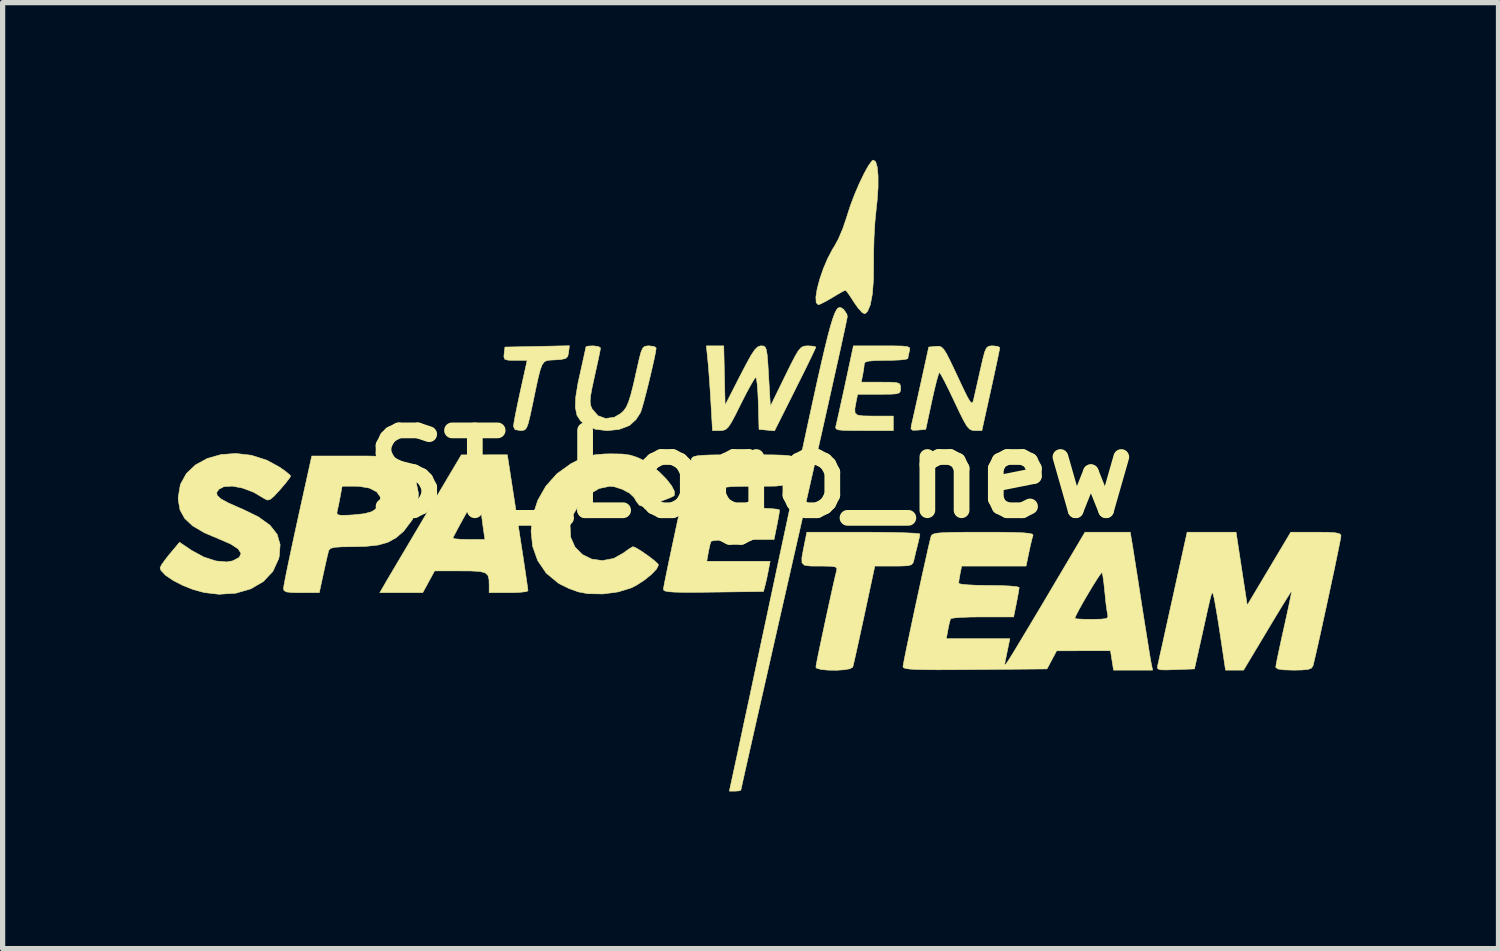
<source format=kicad_pcb>
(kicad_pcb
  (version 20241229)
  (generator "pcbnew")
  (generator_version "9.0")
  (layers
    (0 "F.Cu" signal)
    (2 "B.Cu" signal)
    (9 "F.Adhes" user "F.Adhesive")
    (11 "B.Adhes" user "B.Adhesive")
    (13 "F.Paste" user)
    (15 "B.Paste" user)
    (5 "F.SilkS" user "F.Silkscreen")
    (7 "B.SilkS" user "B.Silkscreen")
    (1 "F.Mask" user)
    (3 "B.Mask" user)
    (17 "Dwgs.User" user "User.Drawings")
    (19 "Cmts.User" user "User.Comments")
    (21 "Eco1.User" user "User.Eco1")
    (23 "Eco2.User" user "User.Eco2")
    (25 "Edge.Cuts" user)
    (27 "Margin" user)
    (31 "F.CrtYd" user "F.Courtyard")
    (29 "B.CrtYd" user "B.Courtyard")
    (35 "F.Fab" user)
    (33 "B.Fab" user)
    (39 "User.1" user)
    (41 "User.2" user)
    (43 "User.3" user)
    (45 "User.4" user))
  (footprint "ST_Logo_new"
    (layer "F.Cu")
    (at 11.273 5.998)
    (property "Reference" "ST_Logo_new" (at 0 0 0) (layer "F.SilkS") (effects (font (size 1.524 1.524) (thickness 0.3))))
    (attr through_hole)
    (fp_poly (pts (xy -3.472 -2.322) (xy -3.488 -2.246) (xy -3.53 -2.206) (xy -3.623 -2.187) (xy -3.728 -2.18) (xy -3.818 -2.176) (xy -3.886 -2.167) (xy -3.937 -2.141) (xy -3.977 -2.087) (xy -4.013 -1.992) (xy -4.051 -1.843) (xy -4.098 -1.629) (xy -4.158 -1.338) (xy -4.16 -1.328) (xy -4.207 -1.111) (xy -4.242 -0.968) (xy -4.273 -0.885) (xy -4.308 -0.845) (xy -4.355 -0.832) (xy -4.395 -0.831) (xy -4.495 -0.85) (xy -4.524 -0.911) (xy -4.524 -0.912) (xy -4.514 -0.986) (xy -4.488 -1.13) (xy -4.448 -1.325) (xy -4.4 -1.55) (xy -4.393 -1.582) (xy -4.263 -2.171) (xy -4.49 -2.171) (xy -4.625 -2.174) (xy -4.689 -2.192) (xy -4.707 -2.238) (xy -4.702 -2.298) (xy -4.687 -2.425) (xy -3.457 -2.45) (xy -3.472 -2.322)) (stroke (width 0.01) (type solid)) (fill yes) (layer "F.SilkS"))
    (fp_poly (pts (xy 2.387 -5.965) (xy 2.418 -5.86) (xy 2.434 -5.69) (xy 2.434 -5.471) (xy 2.416 -5.214) (xy 2.401 -5.08) (xy 2.375 -4.82) (xy 2.357 -4.514) (xy 2.349 -4.209) (xy 2.349 -4.041) (xy 2.346 -3.71) (xy 2.325 -3.437) (xy 2.286 -3.231) (xy 2.231 -3.101) (xy 2.181 -3.059) (xy 2.129 -3.085) (xy 2.051 -3.172) (xy 1.979 -3.275) (xy 1.898 -3.4) (xy 1.837 -3.485) (xy 1.811 -3.51) (xy 1.762 -3.488) (xy 1.661 -3.43) (xy 1.563 -3.371) (xy 1.433 -3.296) (xy 1.332 -3.245) (xy 1.292 -3.233) (xy 1.253 -3.272) (xy 1.247 -3.377) (xy 1.271 -3.532) (xy 1.32 -3.718) (xy 1.389 -3.919) (xy 1.473 -4.117) (xy 1.567 -4.295) (xy 1.6 -4.346) (xy 1.679 -4.492) (xy 1.762 -4.688) (xy 1.832 -4.895) (xy 1.839 -4.918) (xy 1.903 -5.117) (xy 1.984 -5.332) (xy 2.075 -5.544) (xy 2.166 -5.734) (xy 2.249 -5.884) (xy 2.315 -5.975) (xy 2.34 -5.993) (xy 2.387 -5.965)) (stroke (width 0.01) (type solid)) (fill yes) (layer "F.SilkS"))
    (fp_poly (pts (xy -4.443 0.912) (xy -4.392 1.246) (xy -4.345 1.549) (xy -4.306 1.811) (xy -4.275 2.019) (xy -4.255 2.161) (xy -4.247 2.226) (xy -4.247 2.228) (xy -4.29 2.244) (xy -4.404 2.256) (xy -4.566 2.263) (xy -4.618 2.263) (xy -4.988 2.263) (xy -4.988 2.128) (xy -4.991 2.009) (xy -5.013 1.93) (xy -5.067 1.882) (xy -5.17 1.857) (xy -5.337 1.848) (xy -5.536 1.847) (xy -6.029 1.847) (xy -6.142 2.055) (xy -6.256 2.263) (xy -7.075 2.263) (xy -6.975 2.09) (xy -6.926 2.005) (xy -6.836 1.854) (xy -6.714 1.647) (xy -6.565 1.396) (xy -6.463 1.224) (xy -5.68 1.224) (xy -5.638 1.235) (xy -5.528 1.244) (xy -5.374 1.247) (xy -5.068 1.247) (xy -5.095 1.074) (xy -5.114 0.931) (xy -5.138 0.745) (xy -5.153 0.609) (xy -5.185 0.317) (xy -5.433 0.759) (xy -5.533 0.939) (xy -5.613 1.089) (xy -5.666 1.189) (xy -5.68 1.224) (xy -6.463 1.224) (xy -6.398 1.114) (xy -6.22 0.813) (xy -6.197 0.775) (xy -5.519 -0.367) (xy -5.08 -0.368) (xy -4.641 -0.369) (xy -4.443 0.912)) (stroke (width 0.01) (type solid)) (fill yes) (layer "F.SilkS"))
    (fp_poly (pts (xy 2.458 1.11) (xy 2.73 1.114) (xy 2.955 1.12) (xy 3.121 1.128) (xy 3.215 1.137) (xy 3.232 1.143) (xy 3.222 1.207) (xy 3.196 1.32) (xy 3.191 1.339) (xy 3.153 1.49) (xy 3.121 1.627) (xy 3.121 1.628) (xy 3.103 1.692) (xy 3.07 1.729) (xy 3.002 1.748) (xy 2.878 1.754) (xy 2.732 1.755) (xy 2.372 1.755) (xy 2.172 2.69) (xy 2.11 2.974) (xy 2.055 3.229) (xy 2.008 3.441) (xy 1.973 3.594) (xy 1.953 3.676) (xy 1.95 3.683) (xy 1.898 3.714) (xy 1.785 3.734) (xy 1.638 3.743) (xy 1.484 3.741) (xy 1.351 3.729) (xy 1.265 3.705) (xy 1.247 3.684) (xy 1.256 3.625) (xy 1.282 3.493) (xy 1.321 3.305) (xy 1.369 3.078) (xy 1.422 2.829) (xy 1.477 2.575) (xy 1.53 2.333) (xy 1.577 2.12) (xy 1.615 1.954) (xy 1.641 1.85) (xy 1.645 1.836) (xy 1.647 1.795) (xy 1.614 1.77) (xy 1.526 1.758) (xy 1.368 1.755) (xy 1.319 1.755) (xy 1.138 1.754) (xy 1.03 1.739) (xy 0.982 1.692) (xy 0.98 1.594) (xy 1.01 1.429) (xy 1.022 1.37) (xy 1.075 1.108) (xy 2.154 1.108) (xy 2.458 1.11)) (stroke (width 0.01) (type solid)) (fill yes) (layer "F.SilkS"))
    (fp_poly (pts (xy 2.743 -2.447) (xy 2.897 -2.444) (xy 2.988 -2.434) (xy 3.031 -2.416) (xy 3.04 -2.386) (xy 3.031 -2.344) (xy 3.009 -2.248) (xy 3.002 -2.205) (xy 2.959 -2.19) (xy 2.845 -2.178) (xy 2.679 -2.171) (xy 2.586 -2.171) (xy 2.379 -2.167) (xy 2.251 -2.156) (xy 2.186 -2.135) (xy 2.171 -2.107) (xy 2.162 -2.018) (xy 2.142 -1.899) (xy 2.113 -1.755) (xy 2.488 -1.755) (xy 2.673 -1.754) (xy 2.784 -1.746) (xy 2.841 -1.727) (xy 2.861 -1.69) (xy 2.863 -1.639) (xy 2.86 -1.584) (xy 2.838 -1.551) (xy 2.779 -1.532) (xy 2.666 -1.525) (xy 2.48 -1.524) (xy 2.453 -1.524) (xy 2.044 -1.524) (xy 2.015 -1.38) (xy 1.991 -1.249) (xy 1.995 -1.168) (xy 2.042 -1.127) (xy 2.148 -1.111) (xy 2.329 -1.108) (xy 2.355 -1.108) (xy 2.725 -1.108) (xy 2.725 -0.831) (xy 2.165 -0.831) (xy 1.931 -0.832) (xy 1.774 -0.835) (xy 1.68 -0.844) (xy 1.635 -0.862) (xy 1.624 -0.891) (xy 1.633 -0.935) (xy 1.633 -0.935) (xy 1.652 -1.015) (xy 1.686 -1.167) (xy 1.731 -1.373) (xy 1.784 -1.613) (xy 1.812 -1.743) (xy 1.963 -2.447) (xy 2.511 -2.448) (xy 2.743 -2.447)) (stroke (width 0.01) (type solid)) (fill yes) (layer "F.SilkS"))
    (fp_poly (pts (xy 1.726 -3.176) (xy 1.756 -3.158) (xy 1.782 -3.137) (xy 1.839 -3.051) (xy 1.847 -3.005) (xy 1.837 -2.95) (xy 1.808 -2.811) (xy 1.761 -2.594) (xy 1.698 -2.306) (xy 1.619 -1.952) (xy 1.527 -1.54) (xy 1.423 -1.074) (xy 1.308 -0.562) (xy 1.183 -0.01) (xy 1.05 0.577) (xy 0.911 1.192) (xy 0.831 1.543) (xy 0.689 2.169) (xy 0.552 2.77) (xy 0.423 3.339) (xy 0.303 3.87) (xy 0.192 4.357) (xy 0.093 4.794) (xy 0.007 5.175) (xy -0.065 5.494) (xy -0.121 5.744) (xy -0.16 5.92) (xy -0.181 6.015) (xy -0.185 6.031) (xy -0.224 6.045) (xy -0.294 6.05) (xy -0.404 6.05) (xy -0.302 5.576) (xy -0.277 5.461) (xy -0.234 5.263) (xy -0.176 4.989) (xy -0.103 4.646) (xy -0.016 4.243) (xy 0.081 3.787) (xy 0.188 3.284) (xy 0.304 2.742) (xy 0.426 2.169) (xy 0.553 1.572) (xy 0.674 1.008) (xy 0.827 0.289) (xy 0.963 -0.345) (xy 1.082 -0.899) (xy 1.186 -1.378) (xy 1.276 -1.787) (xy 1.354 -2.132) (xy 1.421 -2.417) (xy 1.478 -2.648) (xy 1.527 -2.83) (xy 1.57 -2.968) (xy 1.606 -3.067) (xy 1.639 -3.132) (xy 1.669 -3.168) (xy 1.698 -3.181) (xy 1.726 -3.176)) (stroke (width 0.01) (type solid)) (fill yes) (layer "F.SilkS"))
    (fp_poly (pts (xy -2.905 -2.436) (xy -2.863 -2.408) (xy -2.863 -2.407) (xy -2.873 -2.348) (xy -2.899 -2.22) (xy -2.938 -2.041) (xy -2.976 -1.869) (xy -3.025 -1.644) (xy -3.053 -1.49) (xy -3.061 -1.385) (xy -3.051 -1.31) (xy -3.024 -1.245) (xy -2.912 -1.115) (xy -2.764 -1.061) (xy -2.598 -1.086) (xy -2.48 -1.155) (xy -2.421 -1.209) (xy -2.372 -1.277) (xy -2.329 -1.375) (xy -2.284 -1.516) (xy -2.233 -1.718) (xy -2.171 -1.995) (xy -2.17 -1.997) (xy -2.124 -2.202) (xy -2.089 -2.333) (xy -2.056 -2.406) (xy -2.017 -2.439) (xy -1.963 -2.447) (xy -1.936 -2.448) (xy -1.84 -2.436) (xy -1.801 -2.408) (xy -1.812 -2.328) (xy -1.842 -2.182) (xy -1.885 -1.992) (xy -1.935 -1.78) (xy -1.988 -1.568) (xy -2.037 -1.38) (xy -2.078 -1.237) (xy -2.101 -1.172) (xy -2.185 -1.042) (xy -2.306 -0.932) (xy -2.318 -0.925) (xy -2.508 -0.853) (xy -2.735 -0.83) (xy -2.959 -0.856) (xy -3.126 -0.922) (xy -3.24 -1.011) (xy -3.312 -1.122) (xy -3.343 -1.271) (xy -3.336 -1.47) (xy -3.293 -1.734) (xy -3.259 -1.888) (xy -3.213 -2.096) (xy -3.175 -2.268) (xy -3.149 -2.386) (xy -3.14 -2.431) (xy -3.1 -2.443) (xy -3.003 -2.448) (xy -3.002 -2.448) (xy -2.905 -2.436)) (stroke (width 0.01) (type solid)) (fill yes) (layer "F.SilkS"))
    (fp_poly (pts (xy 4.718 -2.438) (xy 4.757 -2.414) (xy 4.747 -2.359) (xy 4.721 -2.231) (xy 4.681 -2.042) (xy 4.631 -1.81) (xy 4.586 -1.605) (xy 4.415 -0.831) (xy 4.283 -0.831) (xy 4.226 -0.837) (xy 4.178 -0.861) (xy 4.128 -0.918) (xy 4.067 -1.022) (xy 3.986 -1.184) (xy 3.891 -1.385) (xy 3.793 -1.59) (xy 3.708 -1.761) (xy 3.644 -1.882) (xy 3.608 -1.938) (xy 3.604 -1.94) (xy 3.585 -1.897) (xy 3.551 -1.782) (xy 3.509 -1.611) (xy 3.462 -1.402) (xy 3.461 -1.397) (xy 3.344 -0.854) (xy 3.195 -0.84) (xy 3.094 -0.837) (xy 3.061 -0.867) (xy 3.07 -0.932) (xy 3.089 -1.014) (xy 3.123 -1.166) (xy 3.169 -1.372) (xy 3.222 -1.612) (xy 3.249 -1.732) (xy 3.401 -2.425) (xy 3.539 -2.438) (xy 3.595 -2.441) (xy 3.642 -2.426) (xy 3.687 -2.382) (xy 3.742 -2.296) (xy 3.813 -2.155) (xy 3.912 -1.947) (xy 3.95 -1.866) (xy 4.058 -1.636) (xy 4.134 -1.481) (xy 4.186 -1.392) (xy 4.219 -1.357) (xy 4.24 -1.369) (xy 4.255 -1.413) (xy 4.278 -1.516) (xy 4.316 -1.682) (xy 4.361 -1.882) (xy 4.387 -1.997) (xy 4.434 -2.202) (xy 4.469 -2.333) (xy 4.502 -2.406) (xy 4.541 -2.439) (xy 4.595 -2.447) (xy 4.622 -2.448) (xy 4.718 -2.438)) (stroke (width 0.01) (type solid)) (fill yes) (layer "F.SilkS"))
    (fp_poly (pts (xy -0.498 -1.882) (xy -0.485 -1.316) (xy -0.196 -1.882) (xy -0.076 -2.112) (xy 0.013 -2.272) (xy 0.08 -2.372) (xy 0.134 -2.426) (xy 0.184 -2.446) (xy 0.203 -2.448) (xy 0.248 -2.444) (xy 0.28 -2.424) (xy 0.302 -2.372) (xy 0.318 -2.274) (xy 0.331 -2.113) (xy 0.345 -1.875) (xy 0.345 -1.872) (xy 0.379 -1.297) (xy 0.66 -1.872) (xy 0.773 -2.101) (xy 0.855 -2.259) (xy 0.916 -2.36) (xy 0.967 -2.416) (xy 1.016 -2.441) (xy 1.073 -2.447) (xy 1.094 -2.448) (xy 1.198 -2.441) (xy 1.246 -2.426) (xy 1.247 -2.424) (xy 1.227 -2.377) (xy 1.172 -2.261) (xy 1.089 -2.089) (xy 0.983 -1.874) (xy 0.86 -1.628) (xy 0.853 -1.613) (xy 0.458 -0.826) (xy 0.162 -0.854) (xy 0.149 -1.351) (xy 0.14 -1.552) (xy 0.128 -1.715) (xy 0.113 -1.819) (xy 0.101 -1.847) (xy 0.068 -1.808) (xy 0.005 -1.702) (xy -0.081 -1.544) (xy -0.179 -1.351) (xy -0.185 -1.339) (xy -0.291 -1.126) (xy -0.368 -0.983) (xy -0.426 -0.896) (xy -0.477 -0.85) (xy -0.53 -0.834) (xy -0.581 -0.831) (xy -0.726 -0.831) (xy -0.757 -1.374) (xy -0.772 -1.62) (xy -0.789 -1.863) (xy -0.805 -2.069) (xy -0.816 -2.182) (xy -0.843 -2.448) (xy -0.677 -2.448) (xy -0.511 -2.448) (xy -0.498 -1.882)) (stroke (width 0.01) (type solid)) (fill yes) (layer "F.SilkS"))
    (fp_poly (pts (xy -7.332 -0.346) (xy -7.124 -0.342) (xy -6.975 -0.334) (xy -6.87 -0.319) (xy -6.791 -0.295) (xy -6.723 -0.262) (xy -6.688 -0.241) (xy -6.502 -0.075) (xy -6.384 0.136) (xy -6.336 0.375) (xy -6.359 0.625) (xy -6.453 0.869) (xy -6.62 1.09) (xy -6.621 1.091) (xy -6.765 1.215) (xy -6.919 1.3) (xy -7.105 1.353) (xy -7.344 1.379) (xy -7.605 1.385) (xy -7.809 1.388) (xy -7.938 1.397) (xy -8.011 1.416) (xy -8.045 1.448) (xy -8.052 1.466) (xy -8.073 1.549) (xy -8.106 1.693) (xy -8.145 1.87) (xy -8.153 1.905) (xy -8.23 2.263) (xy -8.571 2.263) (xy -8.749 2.26) (xy -8.852 2.249) (xy -8.901 2.224) (xy -8.913 2.183) (xy -8.913 2.182) (xy -8.903 2.117) (xy -8.876 1.974) (xy -8.834 1.767) (xy -8.779 1.507) (xy -8.715 1.207) (xy -8.644 0.881) (xy -8.643 0.877) (xy -8.614 0.743) (xy -7.894 0.743) (xy -7.877 0.775) (xy -7.815 0.786) (xy -7.69 0.784) (xy -7.584 0.778) (xy -7.372 0.756) (xy -7.232 0.718) (xy -7.162 0.673) (xy -7.071 0.551) (xy -7.065 0.436) (xy -7.135 0.338) (xy -7.272 0.267) (xy -7.469 0.233) (xy -7.533 0.231) (xy -7.794 0.231) (xy -7.826 0.404) (xy -7.854 0.551) (xy -7.881 0.678) (xy -7.884 0.687) (xy -7.894 0.743) (xy -8.614 0.743) (xy -8.373 -0.346) (xy -7.616 -0.346) (xy -7.332 -0.346)) (stroke (width 0.01) (type solid)) (fill yes) (layer "F.SilkS"))
    (fp_poly (pts (xy -9.527 -0.36) (xy -9.232 -0.266) (xy -8.991 -0.135) (xy -8.873 -0.052) (xy -8.795 0.013) (xy -8.776 0.039) (xy -8.806 0.086) (xy -8.881 0.182) (xy -8.982 0.3) (xy -9.095 0.423) (xy -9.169 0.484) (xy -9.223 0.495) (xy -9.269 0.472) (xy -9.477 0.349) (xy -9.691 0.267) (xy -9.889 0.229) (xy -10.051 0.239) (xy -10.147 0.29) (xy -10.188 0.351) (xy -10.178 0.409) (xy -10.108 0.472) (xy -9.97 0.548) (xy -9.754 0.644) (xy -9.7 0.666) (xy -9.392 0.816) (xy -9.171 0.975) (xy -9.034 1.149) (xy -8.977 1.345) (xy -8.994 1.569) (xy -9.005 1.615) (xy -9.115 1.855) (xy -9.295 2.048) (xy -9.535 2.189) (xy -9.822 2.272) (xy -10.144 2.293) (xy -10.425 2.26) (xy -10.63 2.205) (xy -10.835 2.124) (xy -11.019 2.029) (xy -11.165 1.93) (xy -11.252 1.837) (xy -11.268 1.788) (xy -11.241 1.732) (xy -11.169 1.631) (xy -11.083 1.523) (xy -10.897 1.301) (xy -10.668 1.455) (xy -10.437 1.581) (xy -10.204 1.657) (xy -9.994 1.676) (xy -9.881 1.655) (xy -9.757 1.589) (xy -9.723 1.513) (xy -9.778 1.427) (xy -9.921 1.334) (xy -10.114 1.25) (xy -10.421 1.12) (xy -10.646 0.988) (xy -10.798 0.846) (xy -10.887 0.685) (xy -10.921 0.494) (xy -10.922 0.444) (xy -10.881 0.198) (xy -10.767 -0.01) (xy -10.591 -0.177) (xy -10.367 -0.299) (xy -10.106 -0.373) (xy -9.822 -0.394) (xy -9.527 -0.36)) (stroke (width 0.01) (type solid)) (fill yes) (layer "F.SilkS"))
    (fp_poly (pts (xy -2.446 -0.383) (xy -2.293 -0.362) (xy -2.16 -0.318) (xy -2.055 -0.268) (xy -1.895 -0.167) (xy -1.741 -0.041) (xy -1.606 0.095) (xy -1.505 0.225) (xy -1.45 0.334) (xy -1.455 0.407) (xy -1.459 0.412) (xy -1.522 0.445) (xy -1.646 0.494) (xy -1.798 0.548) (xy -1.96 0.599) (xy -2.059 0.616) (xy -2.123 0.592) (xy -2.178 0.522) (xy -2.222 0.446) (xy -2.307 0.364) (xy -2.446 0.29) (xy -2.599 0.241) (xy -2.686 0.231) (xy -2.889 0.274) (xy -3.085 0.39) (xy -3.256 0.56) (xy -3.382 0.767) (xy -3.444 0.982) (xy -3.433 1.204) (xy -3.35 1.391) (xy -3.211 1.533) (xy -3.031 1.622) (xy -2.827 1.65) (xy -2.614 1.61) (xy -2.428 1.507) (xy -2.325 1.432) (xy -2.255 1.39) (xy -2.242 1.385) (xy -2.18 1.411) (xy -2.077 1.474) (xy -1.957 1.557) (xy -1.847 1.641) (xy -1.773 1.708) (xy -1.756 1.734) (xy -1.792 1.809) (xy -1.887 1.91) (xy -2.021 2.019) (xy -2.171 2.117) (xy -2.273 2.17) (xy -2.527 2.248) (xy -2.816 2.287) (xy -3.101 2.282) (xy -3.281 2.249) (xy -3.457 2.186) (xy -3.63 2.102) (xy -3.667 2.081) (xy -3.899 1.889) (xy -4.062 1.65) (xy -4.158 1.379) (xy -4.188 1.089) (xy -4.155 0.792) (xy -4.061 0.502) (xy -3.907 0.231) (xy -3.696 -0.006) (xy -3.429 -0.198) (xy -3.316 -0.255) (xy -3.135 -0.328) (xy -2.971 -0.369) (xy -2.781 -0.385) (xy -2.655 -0.387) (xy -2.446 -0.383)) (stroke (width 0.01) (type solid)) (fill yes) (layer "F.SilkS"))
    (fp_poly (pts (xy 9.372 1.805) (xy 9.479 2.501) (xy 9.894 1.805) (xy 10.31 1.108) (xy 10.789 1.108) (xy 11.009 1.11) (xy 11.151 1.118) (xy 11.232 1.134) (xy 11.265 1.16) (xy 11.268 1.178) (xy 11.259 1.238) (xy 11.232 1.373) (xy 11.192 1.569) (xy 11.142 1.812) (xy 11.083 2.085) (xy 11.021 2.376) (xy 10.957 2.669) (xy 10.896 2.95) (xy 10.84 3.204) (xy 10.792 3.416) (xy 10.755 3.572) (xy 10.734 3.657) (xy 10.733 3.66) (xy 10.705 3.702) (xy 10.641 3.727) (xy 10.521 3.738) (xy 10.365 3.741) (xy 10.172 3.735) (xy 10.061 3.718) (xy 10.023 3.686) (xy 10.023 3.683) (xy 10.033 3.62) (xy 10.06 3.484) (xy 10.101 3.292) (xy 10.151 3.061) (xy 10.18 2.933) (xy 10.233 2.693) (xy 10.277 2.489) (xy 10.309 2.334) (xy 10.326 2.245) (xy 10.327 2.23) (xy 10.302 2.265) (xy 10.237 2.367) (xy 10.139 2.525) (xy 10.017 2.726) (xy 9.877 2.959) (xy 9.864 2.981) (xy 9.409 3.741) (xy 9.065 3.741) (xy 8.963 3.06) (xy 8.925 2.815) (xy 8.889 2.599) (xy 8.86 2.431) (xy 8.839 2.329) (xy 8.833 2.309) (xy 8.823 2.28) (xy 8.814 2.264) (xy 8.804 2.272) (xy 8.789 2.316) (xy 8.766 2.405) (xy 8.732 2.551) (xy 8.684 2.766) (xy 8.622 3.048) (xy 8.472 3.718) (xy 8.11 3.731) (xy 7.929 3.737) (xy 7.823 3.734) (xy 7.774 3.717) (xy 7.764 3.682) (xy 7.773 3.639) (xy 7.789 3.567) (xy 7.822 3.417) (xy 7.87 3.204) (xy 7.928 2.939) (xy 7.995 2.636) (xy 8.065 2.321) (xy 8.332 1.108) (xy 9.266 1.108) (xy 9.372 1.805)) (stroke (width 0.01) (type solid)) (fill yes) (layer "F.SilkS"))
    (fp_poly (pts (xy 0.191 -0.369) (xy 0.432 -0.367) (xy 0.604 -0.362) (xy 0.717 -0.354) (xy 0.783 -0.342) (xy 0.812 -0.324) (xy 0.816 -0.299) (xy 0.813 -0.289) (xy 0.786 -0.184) (xy 0.76 -0.069) (xy 0.735 0.051) (xy 0.71 0.134) (xy 0.67 0.186) (xy 0.598 0.216) (xy 0.479 0.229) (xy 0.298 0.231) (xy 0.066 0.231) (xy -0.193 0.233) (xy -0.372 0.239) (xy -0.483 0.251) (xy -0.54 0.27) (xy -0.554 0.294) (xy -0.563 0.383) (xy -0.583 0.502) (xy -0.612 0.647) (xy -0.029 0.647) (xy 0.191 0.649) (xy 0.373 0.657) (xy 0.5 0.669) (xy 0.553 0.683) (xy 0.554 0.685) (xy 0.546 0.748) (xy 0.524 0.872) (xy 0.502 0.985) (xy 0.449 1.247) (xy -0.142 1.247) (xy -0.366 1.249) (xy -0.554 1.256) (xy -0.688 1.267) (xy -0.751 1.28) (xy -0.753 1.282) (xy -0.774 1.346) (xy -0.799 1.462) (xy -0.804 1.489) (xy -0.835 1.663) (xy 0.374 1.663) (xy 0.341 1.836) (xy 0.311 1.985) (xy 0.28 2.116) (xy 0.278 2.124) (xy 0.247 2.24) (xy -0.708 2.252) (xy -1.033 2.256) (xy -1.276 2.256) (xy -1.45 2.252) (xy -1.564 2.244) (xy -1.63 2.231) (xy -1.659 2.212) (xy -1.663 2.197) (xy -1.653 2.138) (xy -1.627 2.003) (xy -1.587 1.807) (xy -1.536 1.565) (xy -1.478 1.292) (xy -1.416 1.001) (xy -1.352 0.707) (xy -1.291 0.426) (xy -1.234 0.172) (xy -1.187 -0.041) (xy -1.15 -0.198) (xy -1.128 -0.285) (xy -1.127 -0.289) (xy -1.112 -0.316) (xy -1.077 -0.336) (xy -1.011 -0.35) (xy -0.902 -0.36) (xy -0.738 -0.366) (xy -0.508 -0.369) (xy -0.199 -0.369) (xy -0.132 -0.369) (xy 0.191 -0.369)) (stroke (width 0.01) (type solid)) (fill yes) (layer "F.SilkS"))
    (fp_poly (pts (xy 7.272 1.258) (xy 7.287 1.347) (xy 7.313 1.511) (xy 7.348 1.736) (xy 7.391 2.006) (xy 7.437 2.306) (xy 7.459 2.448) (xy 7.507 2.754) (xy 7.552 3.036) (xy 7.591 3.279) (xy 7.621 3.467) (xy 7.642 3.586) (xy 7.647 3.614) (xy 7.674 3.741) (xy 6.928 3.741) (xy 6.869 3.371) (xy 6.356 3.371) (xy 5.842 3.372) (xy 5.75 3.545) (xy 5.657 3.718) (xy 4.283 3.73) (xy 3.886 3.733) (xy 3.571 3.734) (xy 3.33 3.732) (xy 3.154 3.728) (xy 3.033 3.72) (xy 2.958 3.709) (xy 2.92 3.694) (xy 2.909 3.675) (xy 2.919 3.616) (xy 2.945 3.481) (xy 2.985 3.285) (xy 3.036 3.043) (xy 3.094 2.769) (xy 3.156 2.478) (xy 3.22 2.185) (xy 3.281 1.904) (xy 3.338 1.65) (xy 3.385 1.437) (xy 3.422 1.279) (xy 3.444 1.193) (xy 3.445 1.189) (xy 3.46 1.162) (xy 3.495 1.142) (xy 3.561 1.127) (xy 3.67 1.118) (xy 3.833 1.112) (xy 4.064 1.109) (xy 4.372 1.108) (xy 4.442 1.108) (xy 4.776 1.109) (xy 5.027 1.113) (xy 5.205 1.12) (xy 5.318 1.131) (xy 5.377 1.145) (xy 5.391 1.165) (xy 5.391 1.167) (xy 5.369 1.243) (xy 5.338 1.375) (xy 5.313 1.491) (xy 5.258 1.755) (xy 4.029 1.755) (xy 4 1.899) (xy 3.98 2.012) (xy 3.972 2.084) (xy 3.972 2.084) (xy 4.015 2.099) (xy 4.133 2.112) (xy 4.309 2.121) (xy 4.524 2.124) (xy 4.549 2.124) (xy 4.768 2.127) (xy 4.948 2.135) (xy 5.073 2.147) (xy 5.126 2.161) (xy 5.126 2.163) (xy 5.118 2.226) (xy 5.096 2.349) (xy 5.074 2.463) (xy 5.021 2.725) (xy 4.43 2.725) (xy 4.206 2.727) (xy 4.018 2.734) (xy 3.884 2.745) (xy 3.821 2.757) (xy 3.819 2.759) (xy 3.798 2.824) (xy 3.773 2.94) (xy 3.768 2.967) (xy 3.737 3.14) (xy 4.949 3.14) (xy 4.918 3.29) (xy 4.888 3.436) (xy 4.863 3.556) (xy 4.849 3.635) (xy 4.868 3.63) (xy 4.906 3.579) (xy 4.946 3.517) (xy 5.027 3.386) (xy 5.141 3.197) (xy 5.283 2.961) (xy 5.406 2.755) (xy 6.188 2.755) (xy 6.231 2.763) (xy 6.342 2.769) (xy 6.499 2.771) (xy 6.515 2.771) (xy 6.685 2.768) (xy 6.78 2.758) (xy 6.819 2.735) (xy 6.818 2.694) (xy 6.817 2.69) (xy 6.802 2.606) (xy 6.782 2.46) (xy 6.764 2.282) (xy 6.762 2.263) (xy 6.744 2.091) (xy 6.726 1.955) (xy 6.71 1.882) (xy 6.708 1.878) (xy 6.681 1.904) (xy 6.621 1.991) (xy 6.538 2.122) (xy 6.445 2.277) (xy 6.352 2.436) (xy 6.271 2.581) (xy 6.213 2.693) (xy 6.188 2.753) (xy 6.188 2.755) (xy 5.406 2.755) (xy 5.446 2.688) (xy 5.624 2.39) (xy 5.678 2.298) (xy 6.383 1.108) (xy 7.246 1.108) (xy 7.272 1.258)) (stroke (width 0.01) (type solid)) (fill yes) (layer "F.SilkS")))
  (gr_rect
    (start -3 -3)
    (end 25.547 15.053)
    (stroke (width 0.1) (type default))
    (fill no)
    (layer "Edge.Cuts")))
</source>
